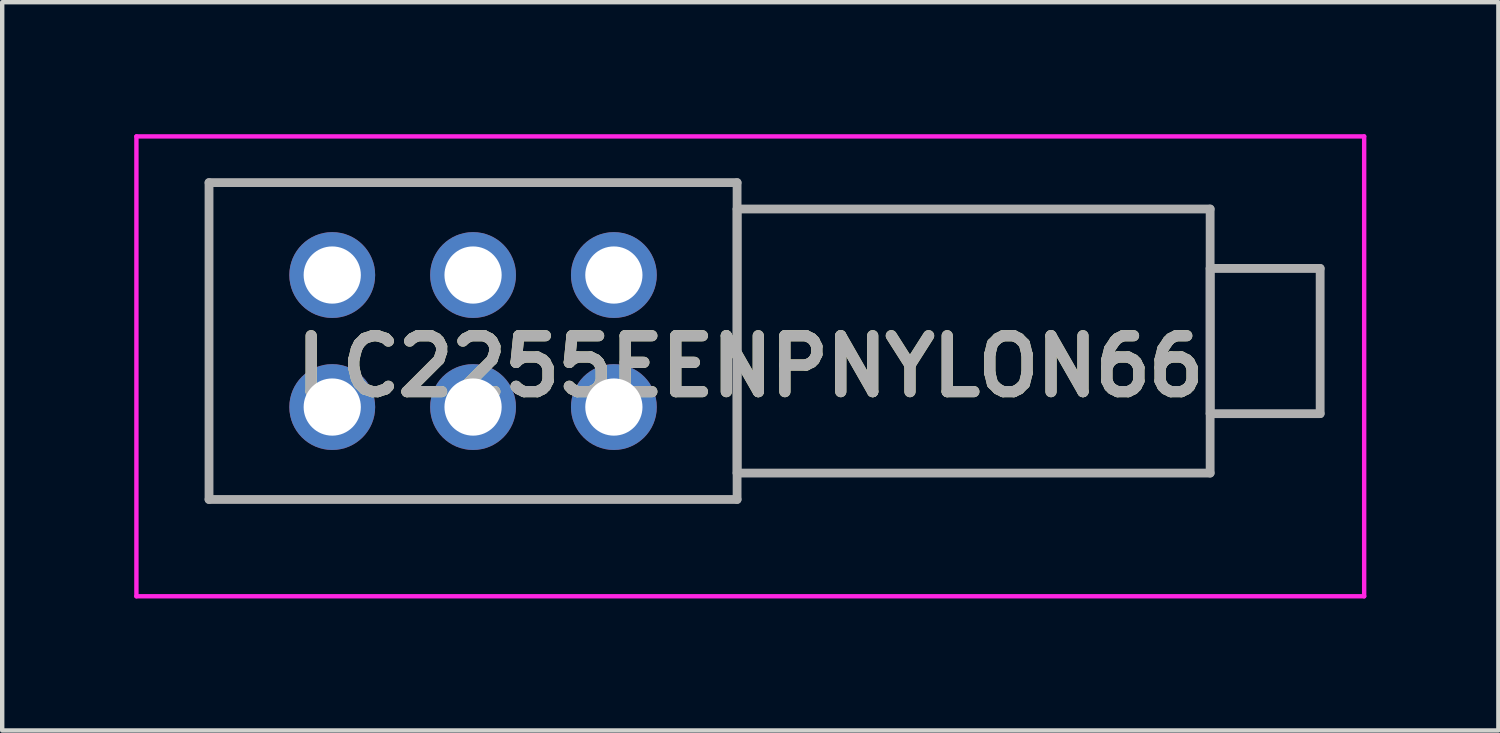
<source format=kicad_pcb>
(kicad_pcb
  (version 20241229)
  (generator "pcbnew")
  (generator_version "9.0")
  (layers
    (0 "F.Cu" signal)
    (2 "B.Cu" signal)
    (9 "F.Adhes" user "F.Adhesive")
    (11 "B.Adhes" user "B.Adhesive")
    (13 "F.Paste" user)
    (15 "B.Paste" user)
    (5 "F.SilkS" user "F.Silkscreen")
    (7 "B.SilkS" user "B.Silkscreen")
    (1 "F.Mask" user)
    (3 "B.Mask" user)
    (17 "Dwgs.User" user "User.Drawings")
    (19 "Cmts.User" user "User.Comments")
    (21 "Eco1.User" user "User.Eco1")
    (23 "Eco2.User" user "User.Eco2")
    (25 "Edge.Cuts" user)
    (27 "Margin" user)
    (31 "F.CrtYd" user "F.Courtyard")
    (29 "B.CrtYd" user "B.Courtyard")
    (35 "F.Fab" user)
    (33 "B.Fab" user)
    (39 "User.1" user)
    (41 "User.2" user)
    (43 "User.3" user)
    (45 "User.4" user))
  (footprint "LC2255EENPNYLON66"
    (layer "F.Cu")
    (at 10.9 6.2)
    (property "Reference" "LC2255EENPNYLON66" (at 3.1 -0.925 0) (layer "F.SilkS") (effects (font (size 1.27 1.27) (thickness 0.254))))
    (attr through_hole)
    (fp_line (start -9.2 -5.1) (end -9.2 -5.1) (stroke (width 0.1) (type solid)) (layer "F.SilkS"))
    (fp_line (start -9.2 -5.1) (end -9.2 -5.1) (stroke (width 0.1) (type solid)) (layer "F.SilkS"))
    (fp_line (start -9.2 -5.1) (end -9.2 0.25) (stroke (width 0.1) (type solid)) (layer "F.SilkS"))
    (fp_line (start -9.2 -5.1) (end 1.8 -5.1) (stroke (width 0.1) (type solid)) (layer "F.SilkS"))
    (fp_line (start -9.2 0.25) (end -9.2 -5.1) (stroke (width 0.1) (type solid)) (layer "F.SilkS"))
    (fp_line (start -9.2 0.25) (end -9.2 0.25) (stroke (width 0.1) (type solid)) (layer "F.SilkS"))
    (fp_line (start -8.2 2.1) (end -8.2 2.1) (stroke (width 0.1) (type solid)) (layer "F.SilkS"))
    (fp_line (start -8.2 2.1) (end 2.8 2.1) (stroke (width 0.1) (type solid)) (layer "F.SilkS"))
    (fp_line (start 1.8 -5.1) (end -9.2 -5.1) (stroke (width 0.1) (type solid)) (layer "F.SilkS"))
    (fp_line (start 1.8 -5.1) (end 1.8 -5.1) (stroke (width 0.1) (type solid)) (layer "F.SilkS"))
    (fp_line (start 2.8 -3.25) (end 2.8 -3.25) (stroke (width 0.1) (type solid)) (layer "F.SilkS"))
    (fp_line (start 2.8 -3.25) (end 2.8 2) (stroke (width 0.1) (type solid)) (layer "F.SilkS"))
    (fp_line (start 2.8 1.5) (end 2.8 1.5) (stroke (width 0.1) (type solid)) (layer "F.SilkS"))
    (fp_line (start 2.8 1.5) (end 13.55 1.5) (stroke (width 0.1) (type solid)) (layer "F.SilkS"))
    (fp_line (start 2.8 2) (end 2.8 -3.25) (stroke (width 0.1) (type solid)) (layer "F.SilkS"))
    (fp_line (start 2.8 2) (end 2.8 2) (stroke (width 0.1) (type solid)) (layer "F.SilkS"))
    (fp_line (start 2.8 2.1) (end -8.2 2.1) (stroke (width 0.1) (type solid)) (layer "F.SilkS"))
    (fp_line (start 2.8 2.1) (end 2.8 2.1) (stroke (width 0.1) (type solid)) (layer "F.SilkS"))
    (fp_line (start 4.05 -4.5) (end 4.05 -4.5) (stroke (width 0.1) (type solid)) (layer "F.SilkS"))
    (fp_line (start 4.05 -4.5) (end 13.55 -4.5) (stroke (width 0.1) (type solid)) (layer "F.SilkS"))
    (fp_line (start 13.55 -4.5) (end 4.05 -4.5) (stroke (width 0.1) (type solid)) (layer "F.SilkS"))
    (fp_line (start 13.55 -4.5) (end 13.55 -4.5) (stroke (width 0.1) (type solid)) (layer "F.SilkS"))
    (fp_line (start 13.55 -4.5) (end 13.55 -4.5) (stroke (width 0.1) (type solid)) (layer "F.SilkS"))
    (fp_line (start 13.55 -4.5) (end 13.55 1.5) (stroke (width 0.1) (type solid)) (layer "F.SilkS"))
    (fp_line (start 13.55 -3.15) (end 13.55 0.15) (stroke (width 0.1) (type solid)) (layer "F.SilkS"))
    (fp_line (start 13.55 0.15) (end 16.05 0.15) (stroke (width 0.1) (type solid)) (layer "F.SilkS"))
    (fp_line (start 13.55 1.5) (end 2.8 1.5) (stroke (width 0.1) (type solid)) (layer "F.SilkS"))
    (fp_line (start 13.55 1.5) (end 13.55 -4.5) (stroke (width 0.1) (type solid)) (layer "F.SilkS"))
    (fp_line (start 13.55 1.5) (end 13.55 1.5) (stroke (width 0.1) (type solid)) (layer "F.SilkS"))
    (fp_line (start 13.55 1.5) (end 13.55 1.5) (stroke (width 0.1) (type solid)) (layer "F.SilkS"))
    (fp_line (start 16.05 -3.15) (end 13.55 -3.15) (stroke (width 0.1) (type solid)) (layer "F.SilkS"))
    (fp_line (start 16.05 0.15) (end 16.05 -3.15) (stroke (width 0.1) (type solid)) (layer "F.SilkS"))
    (fp_line (start -10.85 -6.15) (end 17.05 -6.15) (stroke (width 0.1) (type solid)) (layer "F.CrtYd"))
    (fp_line (start -10.85 4.3) (end -10.85 -6.15) (stroke (width 0.1) (type solid)) (layer "F.CrtYd"))
    (fp_line (start 17.05 -6.15) (end 17.05 4.3) (stroke (width 0.1) (type solid)) (layer "F.CrtYd"))
    (fp_line (start 17.05 4.3) (end -10.85 4.3) (stroke (width 0.1) (type solid)) (layer "F.CrtYd"))
    (fp_line (start -9.2 -5.1) (end -9.2 2.1) (stroke (width 0.2) (type solid)) (layer "F.Fab"))
    (fp_line (start -9.2 2.1) (end 2.8 2.1) (stroke (width 0.2) (type solid)) (layer "F.Fab"))
    (fp_line (start 2.8 -5.1) (end -9.2 -5.1) (stroke (width 0.2) (type solid)) (layer "F.Fab"))
    (fp_line (start 2.8 -4.5) (end 2.8 1.5) (stroke (width 0.2) (type solid)) (layer "F.Fab"))
    (fp_line (start 2.8 1.5) (end 13.55 1.5) (stroke (width 0.2) (type solid)) (layer "F.Fab"))
    (fp_line (start 2.8 2.1) (end 2.8 -5.1) (stroke (width 0.2) (type solid)) (layer "F.Fab"))
    (fp_line (start 13.55 -4.5) (end 2.8 -4.5) (stroke (width 0.2) (type solid)) (layer "F.Fab"))
    (fp_line (start 13.55 -3.15) (end 13.55 0.15) (stroke (width 0.2) (type solid)) (layer "F.Fab"))
    (fp_line (start 13.55 0.15) (end 16.05 0.15) (stroke (width 0.2) (type solid)) (layer "F.Fab"))
    (fp_line (start 13.55 1.5) (end 13.55 -4.5) (stroke (width 0.2) (type solid)) (layer "F.Fab"))
    (fp_line (start 16.05 -3.15) (end 13.55 -3.15) (stroke (width 0.2) (type solid)) (layer "F.Fab"))
    (fp_line (start 16.05 0.15) (end 16.05 -3.15) (stroke (width 0.2) (type solid)) (layer "F.Fab"))
    (fp_text user "${REFERENCE}" (at 3.1 -0.925 0) (layer "F.Fab") (effects (font (size 1.27 1.27) (thickness 0.254))))
    (pad "" np_thru_hole circle (at -8.9 1.5) (size 0.001 0.001) (drill 1.3) (layers "*.Cu" "*.Mask"))
    (pad "" np_thru_hole circle (at 2.5 -4.5) (size 0.001 0.001) (drill 1.3) (layers "*.Cu" "*.Mask"))
    (pad "1" thru_hole circle (at 0 0) (size 1.95 1.95) (drill 1.3) (layers "*.Cu" "*.Mask"))
    (pad "2" thru_hole circle (at 0 -3) (size 1.95 1.95) (drill 1.3) (layers "*.Cu" "*.Mask"))
    (pad "3" thru_hole circle (at -3.2 0) (size 1.95 1.95) (drill 1.3) (layers "*.Cu" "*.Mask"))
    (pad "4" thru_hole circle (at -3.2 -3) (size 1.95 1.95) (drill 1.3) (layers "*.Cu" "*.Mask"))
    (pad "5" thru_hole circle (at -6.4 0) (size 1.95 1.95) (drill 1.3) (layers "*.Cu" "*.Mask"))
    (pad "6" thru_hole circle (at -6.4 -3) (size 1.95 1.95) (drill 1.3) (layers "*.Cu" "*.Mask")))
  (gr_rect
    (start -3 -3)
    (end 31 13.55)
    (stroke (width 0.1) (type default))
    (fill no)
    (layer "Edge.Cuts")))
</source>
